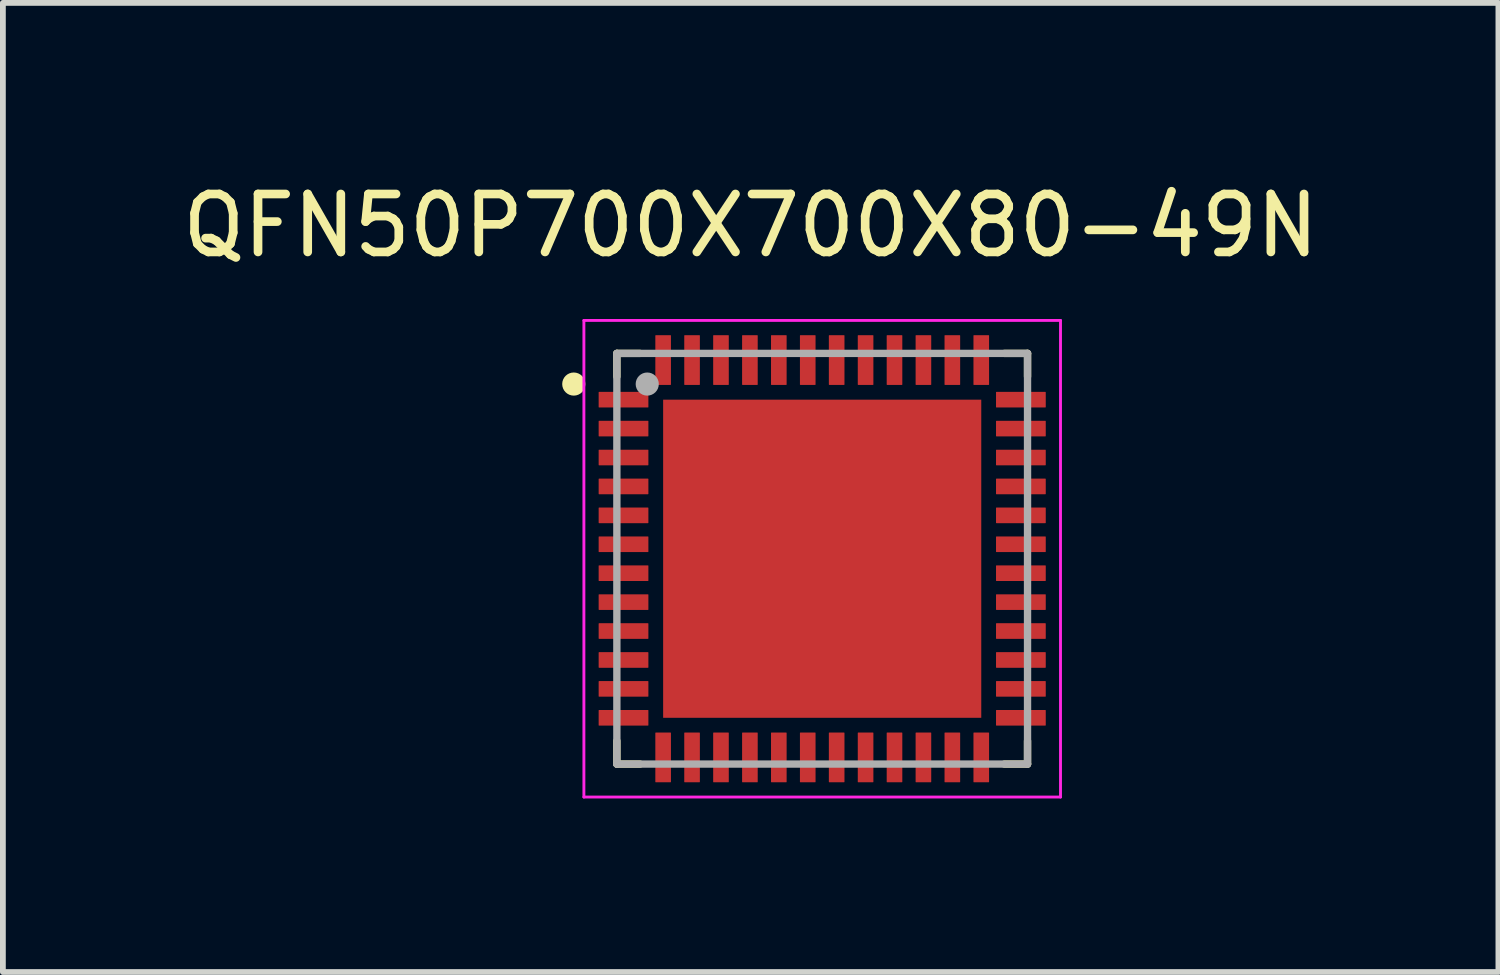
<source format=kicad_pcb>
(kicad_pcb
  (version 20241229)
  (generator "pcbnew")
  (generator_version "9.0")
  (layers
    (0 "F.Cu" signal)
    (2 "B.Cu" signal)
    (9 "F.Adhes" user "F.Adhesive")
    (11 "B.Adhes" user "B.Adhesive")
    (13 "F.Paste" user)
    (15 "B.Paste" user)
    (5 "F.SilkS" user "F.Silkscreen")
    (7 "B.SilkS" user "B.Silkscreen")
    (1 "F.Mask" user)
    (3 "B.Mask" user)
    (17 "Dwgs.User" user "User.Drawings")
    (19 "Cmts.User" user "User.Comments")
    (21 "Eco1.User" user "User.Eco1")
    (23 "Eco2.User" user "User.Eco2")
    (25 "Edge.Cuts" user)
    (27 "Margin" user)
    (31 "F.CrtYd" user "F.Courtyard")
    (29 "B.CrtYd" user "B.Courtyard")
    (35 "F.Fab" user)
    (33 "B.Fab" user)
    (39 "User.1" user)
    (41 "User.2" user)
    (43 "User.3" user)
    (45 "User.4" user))
  (footprint "QFN50P700X700X80-49N"
    (layer "F.Cu")
    (at 11.165 6.61)
    (property "Reference" "QFN50P700X700X80-49N" (at -1.237 -5.76 0) (layer "F.SilkS") (effects (font (size 1.002 1.002) (thickness 0.15))))
    (attr through_hole)
    (fp_line (start -3.55 -3.55) (end -3.55 -3.15) (stroke (width 0.127) (type solid)) (layer "F.SilkS"))
    (fp_line (start -3.55 -3.55) (end -3.15 -3.55) (stroke (width 0.127) (type solid)) (layer "F.SilkS"))
    (fp_line (start -3.55 3.55) (end -3.55 3.15) (stroke (width 0.127) (type solid)) (layer "F.SilkS"))
    (fp_line (start -3.55 3.55) (end -3.15 3.55) (stroke (width 0.127) (type solid)) (layer "F.SilkS"))
    (fp_line (start 3.55 -3.55) (end 3.15 -3.55) (stroke (width 0.127) (type solid)) (layer "F.SilkS"))
    (fp_line (start 3.55 -3.55) (end 3.55 -3.15) (stroke (width 0.127) (type solid)) (layer "F.SilkS"))
    (fp_line (start 3.55 3.55) (end 3.15 3.55) (stroke (width 0.127) (type solid)) (layer "F.SilkS"))
    (fp_line (start 3.55 3.55) (end 3.55 3.15) (stroke (width 0.127) (type solid)) (layer "F.SilkS"))
    (fp_circle (center -4.295 -3.02) (end -4.195 -3.02) (stroke (width 0.2) (type solid)) (fill no) (layer "F.SilkS"))
    (fp_poly (pts (xy -2.402 0.36) (xy -0.36 0.36) (xy -0.36 2.402) (xy -2.402 2.402)) (stroke (width 0.01) (type solid)) (fill yes) (layer "F.Paste"))
    (fp_poly (pts (xy -2.401 -2.4) (xy -0.36 -2.4) (xy -0.36 -0.36) (xy -2.401 -0.36)) (stroke (width 0.01) (type solid)) (fill yes) (layer "F.Paste"))
    (fp_poly (pts (xy 0.36 0.36) (xy 2.4 0.36) (xy 2.4 2.402) (xy 0.36 2.402)) (stroke (width 0.01) (type solid)) (fill yes) (layer "F.Paste"))
    (fp_poly (pts (xy 0.361 -2.4) (xy 2.4 -2.4) (xy 2.4 -0.361) (xy 0.361 -0.361)) (stroke (width 0.01) (type solid)) (fill yes) (layer "F.Paste"))
    (fp_line (start -4.12 -4.12) (end 4.12 -4.12) (stroke (width 0.05) (type solid)) (layer "F.CrtYd"))
    (fp_line (start -4.12 4.12) (end -4.12 -4.12) (stroke (width 0.05) (type solid)) (layer "F.CrtYd"))
    (fp_line (start -4.12 4.12) (end 4.12 4.12) (stroke (width 0.05) (type solid)) (layer "F.CrtYd"))
    (fp_line (start 4.12 4.12) (end 4.12 -4.12) (stroke (width 0.05) (type solid)) (layer "F.CrtYd"))
    (fp_line (start -3.55 3.55) (end -3.55 -3.55) (stroke (width 0.127) (type solid)) (layer "F.Fab"))
    (fp_line (start 3.55 -3.55) (end -3.55 -3.55) (stroke (width 0.127) (type solid)) (layer "F.Fab"))
    (fp_line (start 3.55 3.55) (end -3.55 3.55) (stroke (width 0.127) (type solid)) (layer "F.Fab"))
    (fp_line (start 3.55 3.55) (end 3.55 -3.55) (stroke (width 0.127) (type solid)) (layer "F.Fab"))
    (fp_circle (center -3.025 -3.02) (end -2.925 -3.02) (stroke (width 0.2) (type solid)) (fill no) (layer "F.Fab"))
    (pad "1" smd roundrect (at -3.435 -2.75) (size 0.86 0.27) (layers "F.Cu" "F.Mask" "F.Paste") (roundrect_rratio 0.03))
    (pad "2" smd roundrect (at -3.435 -2.25) (size 0.86 0.27) (layers "F.Cu" "F.Mask" "F.Paste") (roundrect_rratio 0.03))
    (pad "3" smd roundrect (at -3.435 -1.75) (size 0.86 0.27) (layers "F.Cu" "F.Mask" "F.Paste") (roundrect_rratio 0.03))
    (pad "4" smd roundrect (at -3.435 -1.25) (size 0.86 0.27) (layers "F.Cu" "F.Mask" "F.Paste") (roundrect_rratio 0.03))
    (pad "5" smd roundrect (at -3.435 -0.75) (size 0.86 0.27) (layers "F.Cu" "F.Mask" "F.Paste") (roundrect_rratio 0.03))
    (pad "6" smd roundrect (at -3.435 -0.25) (size 0.86 0.27) (layers "F.Cu" "F.Mask" "F.Paste") (roundrect_rratio 0.03))
    (pad "7" smd roundrect (at -3.435 0.25) (size 0.86 0.27) (layers "F.Cu" "F.Mask" "F.Paste") (roundrect_rratio 0.03))
    (pad "8" smd roundrect (at -3.435 0.75) (size 0.86 0.27) (layers "F.Cu" "F.Mask" "F.Paste") (roundrect_rratio 0.03))
    (pad "9" smd roundrect (at -3.435 1.25) (size 0.86 0.27) (layers "F.Cu" "F.Mask" "F.Paste") (roundrect_rratio 0.03))
    (pad "10" smd roundrect (at -3.435 1.75) (size 0.86 0.27) (layers "F.Cu" "F.Mask" "F.Paste") (roundrect_rratio 0.03))
    (pad "11" smd roundrect (at -3.435 2.25) (size 0.86 0.27) (layers "F.Cu" "F.Mask" "F.Paste") (roundrect_rratio 0.03))
    (pad "12" smd roundrect (at -3.435 2.75) (size 0.86 0.27) (layers "F.Cu" "F.Mask" "F.Paste") (roundrect_rratio 0.03))
    (pad "13" smd roundrect (at -2.75 3.435 90) (size 0.86 0.27) (layers "F.Cu" "F.Mask" "F.Paste") (roundrect_rratio 0.03))
    (pad "14" smd roundrect (at -2.25 3.435 90) (size 0.86 0.27) (layers "F.Cu" "F.Mask" "F.Paste") (roundrect_rratio 0.03))
    (pad "15" smd roundrect (at -1.75 3.435 90) (size 0.86 0.27) (layers "F.Cu" "F.Mask" "F.Paste") (roundrect_rratio 0.03))
    (pad "16" smd roundrect (at -1.25 3.435 90) (size 0.86 0.27) (layers "F.Cu" "F.Mask" "F.Paste") (roundrect_rratio 0.03))
    (pad "17" smd roundrect (at -0.75 3.435 90) (size 0.86 0.27) (layers "F.Cu" "F.Mask" "F.Paste") (roundrect_rratio 0.03))
    (pad "18" smd roundrect (at -0.25 3.435 90) (size 0.86 0.27) (layers "F.Cu" "F.Mask" "F.Paste") (roundrect_rratio 0.03))
    (pad "19" smd roundrect (at 0.25 3.435 90) (size 0.86 0.27) (layers "F.Cu" "F.Mask" "F.Paste") (roundrect_rratio 0.03))
    (pad "20" smd roundrect (at 0.75 3.435 90) (size 0.86 0.27) (layers "F.Cu" "F.Mask" "F.Paste") (roundrect_rratio 0.03))
    (pad "21" smd roundrect (at 1.25 3.435 90) (size 0.86 0.27) (layers "F.Cu" "F.Mask" "F.Paste") (roundrect_rratio 0.03))
    (pad "22" smd roundrect (at 1.75 3.435 90) (size 0.86 0.27) (layers "F.Cu" "F.Mask" "F.Paste") (roundrect_rratio 0.03))
    (pad "23" smd roundrect (at 2.25 3.435 90) (size 0.86 0.27) (layers "F.Cu" "F.Mask" "F.Paste") (roundrect_rratio 0.03))
    (pad "24" smd roundrect (at 2.75 3.435 90) (size 0.86 0.27) (layers "F.Cu" "F.Mask" "F.Paste") (roundrect_rratio 0.03))
    (pad "25" smd roundrect (at 3.435 2.75) (size 0.86 0.27) (layers "F.Cu" "F.Mask" "F.Paste") (roundrect_rratio 0.03))
    (pad "26" smd roundrect (at 3.435 2.25) (size 0.86 0.27) (layers "F.Cu" "F.Mask" "F.Paste") (roundrect_rratio 0.03))
    (pad "27" smd roundrect (at 3.435 1.75) (size 0.86 0.27) (layers "F.Cu" "F.Mask" "F.Paste") (roundrect_rratio 0.03))
    (pad "28" smd roundrect (at 3.435 1.25) (size 0.86 0.27) (layers "F.Cu" "F.Mask" "F.Paste") (roundrect_rratio 0.03))
    (pad "29" smd roundrect (at 3.435 0.75) (size 0.86 0.27) (layers "F.Cu" "F.Mask" "F.Paste") (roundrect_rratio 0.03))
    (pad "30" smd roundrect (at 3.435 0.25) (size 0.86 0.27) (layers "F.Cu" "F.Mask" "F.Paste") (roundrect_rratio 0.03))
    (pad "31" smd roundrect (at 3.435 -0.25) (size 0.86 0.27) (layers "F.Cu" "F.Mask" "F.Paste") (roundrect_rratio 0.03))
    (pad "32" smd roundrect (at 3.435 -0.75) (size 0.86 0.27) (layers "F.Cu" "F.Mask" "F.Paste") (roundrect_rratio 0.03))
    (pad "33" smd roundrect (at 3.435 -1.25) (size 0.86 0.27) (layers "F.Cu" "F.Mask" "F.Paste") (roundrect_rratio 0.03))
    (pad "34" smd roundrect (at 3.435 -1.75) (size 0.86 0.27) (layers "F.Cu" "F.Mask" "F.Paste") (roundrect_rratio 0.03))
    (pad "35" smd roundrect (at 3.435 -2.25) (size 0.86 0.27) (layers "F.Cu" "F.Mask" "F.Paste") (roundrect_rratio 0.03))
    (pad "36" smd roundrect (at 3.435 -2.75) (size 0.86 0.27) (layers "F.Cu" "F.Mask" "F.Paste") (roundrect_rratio 0.03))
    (pad "37" smd roundrect (at 2.75 -3.435 90) (size 0.86 0.27) (layers "F.Cu" "F.Mask" "F.Paste") (roundrect_rratio 0.03))
    (pad "38" smd roundrect (at 2.25 -3.435 90) (size 0.86 0.27) (layers "F.Cu" "F.Mask" "F.Paste") (roundrect_rratio 0.03))
    (pad "39" smd roundrect (at 1.75 -3.435 90) (size 0.86 0.27) (layers "F.Cu" "F.Mask" "F.Paste") (roundrect_rratio 0.03))
    (pad "40" smd roundrect (at 1.25 -3.435 90) (size 0.86 0.27) (layers "F.Cu" "F.Mask" "F.Paste") (roundrect_rratio 0.03))
    (pad "41" smd roundrect (at 0.75 -3.435 90) (size 0.86 0.27) (layers "F.Cu" "F.Mask" "F.Paste") (roundrect_rratio 0.03))
    (pad "42" smd roundrect (at 0.25 -3.435 90) (size 0.86 0.27) (layers "F.Cu" "F.Mask" "F.Paste") (roundrect_rratio 0.03))
    (pad "43" smd roundrect (at -0.25 -3.435 90) (size 0.86 0.27) (layers "F.Cu" "F.Mask" "F.Paste") (roundrect_rratio 0.03))
    (pad "44" smd roundrect (at -0.75 -3.435 90) (size 0.86 0.27) (layers "F.Cu" "F.Mask" "F.Paste") (roundrect_rratio 0.03))
    (pad "45" smd roundrect (at -1.25 -3.435 90) (size 0.86 0.27) (layers "F.Cu" "F.Mask" "F.Paste") (roundrect_rratio 0.03))
    (pad "46" smd roundrect (at -1.75 -3.435 90) (size 0.86 0.27) (layers "F.Cu" "F.Mask" "F.Paste") (roundrect_rratio 0.03))
    (pad "47" smd roundrect (at -2.25 -3.435 90) (size 0.86 0.27) (layers "F.Cu" "F.Mask" "F.Paste") (roundrect_rratio 0.03))
    (pad "48" smd roundrect (at -2.75 -3.435 90) (size 0.86 0.27) (layers "F.Cu" "F.Mask" "F.Paste") (roundrect_rratio 0.03))
    (pad "49" smd rect (at 0 0) (size 5.5 5.5) (layers "F.Cu" "F.Mask")))
  (gr_rect
    (start -3 -3)
    (end 22.856 13.755)
    (stroke (width 0.1) (type default))
    (fill no)
    (layer "Edge.Cuts")))
</source>
